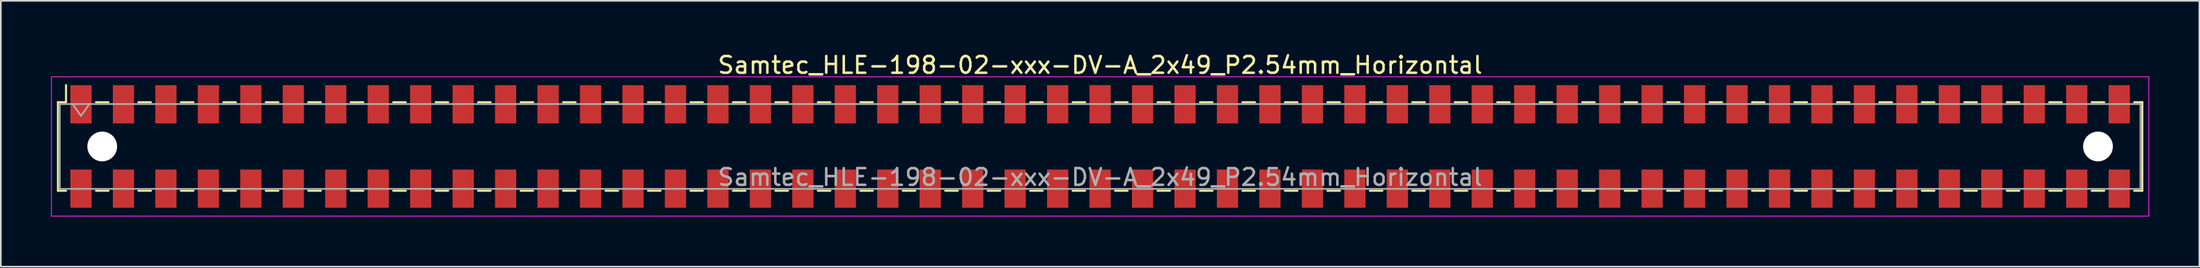
<source format=kicad_pcb>
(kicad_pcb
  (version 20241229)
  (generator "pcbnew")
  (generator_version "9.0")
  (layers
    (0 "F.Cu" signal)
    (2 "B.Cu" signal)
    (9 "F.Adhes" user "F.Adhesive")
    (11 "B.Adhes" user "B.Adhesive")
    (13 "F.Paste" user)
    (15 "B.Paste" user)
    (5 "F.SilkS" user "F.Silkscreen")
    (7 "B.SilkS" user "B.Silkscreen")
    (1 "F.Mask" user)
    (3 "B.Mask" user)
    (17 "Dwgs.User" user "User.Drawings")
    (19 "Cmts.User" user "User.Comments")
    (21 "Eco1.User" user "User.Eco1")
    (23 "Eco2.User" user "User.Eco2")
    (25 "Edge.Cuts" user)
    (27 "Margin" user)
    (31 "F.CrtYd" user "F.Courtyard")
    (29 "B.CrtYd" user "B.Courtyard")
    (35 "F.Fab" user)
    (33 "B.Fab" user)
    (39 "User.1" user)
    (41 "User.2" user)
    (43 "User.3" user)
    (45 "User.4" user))
  (footprint "Samtec_HLE-198-02-xxx-DV-A_2x49_P2.54mm_Horizontal"
    (layer "F.Cu")
    (at 62.755 5.718)
    (property "Reference" "Samtec_HLE-198-02-xxx-DV-A_2x49_P2.54mm_Horizontal" (at 0 -4.87 0) (layer "F.SilkS") (effects (font (size 1 1) (thickness 0.15))))
    (attr smd)
    (fp_line (start -62.34 -2.65) (end -62.34 2.65) (stroke (width 0.12) (type solid)) (layer "F.SilkS"))
    (fp_line (start -62.34 2.65) (end -61.855 2.65) (stroke (width 0.12) (type solid)) (layer "F.SilkS"))
    (fp_line (start -61.855 -3.67) (end -61.855 -2.65) (stroke (width 0.12) (type solid)) (layer "F.SilkS"))
    (fp_line (start -61.855 -2.65) (end -62.34 -2.65) (stroke (width 0.12) (type solid)) (layer "F.SilkS"))
    (fp_line (start -60.065 -2.65) (end -59.315 -2.65) (stroke (width 0.12) (type solid)) (layer "F.SilkS"))
    (fp_line (start -60.065 2.65) (end -59.315 2.65) (stroke (width 0.12) (type solid)) (layer "F.SilkS"))
    (fp_line (start -57.525 -2.65) (end -56.775 -2.65) (stroke (width 0.12) (type solid)) (layer "F.SilkS"))
    (fp_line (start -57.525 2.65) (end -56.775 2.65) (stroke (width 0.12) (type solid)) (layer "F.SilkS"))
    (fp_line (start -54.985 -2.65) (end -54.235 -2.65) (stroke (width 0.12) (type solid)) (layer "F.SilkS"))
    (fp_line (start -54.985 2.65) (end -54.235 2.65) (stroke (width 0.12) (type solid)) (layer "F.SilkS"))
    (fp_line (start -52.445 -2.65) (end -51.695 -2.65) (stroke (width 0.12) (type solid)) (layer "F.SilkS"))
    (fp_line (start -52.445 2.65) (end -51.695 2.65) (stroke (width 0.12) (type solid)) (layer "F.SilkS"))
    (fp_line (start -49.905 -2.65) (end -49.155 -2.65) (stroke (width 0.12) (type solid)) (layer "F.SilkS"))
    (fp_line (start -49.905 2.65) (end -49.155 2.65) (stroke (width 0.12) (type solid)) (layer "F.SilkS"))
    (fp_line (start -47.365 -2.65) (end -46.615 -2.65) (stroke (width 0.12) (type solid)) (layer "F.SilkS"))
    (fp_line (start -47.365 2.65) (end -46.615 2.65) (stroke (width 0.12) (type solid)) (layer "F.SilkS"))
    (fp_line (start -44.825 -2.65) (end -44.075 -2.65) (stroke (width 0.12) (type solid)) (layer "F.SilkS"))
    (fp_line (start -44.825 2.65) (end -44.075 2.65) (stroke (width 0.12) (type solid)) (layer "F.SilkS"))
    (fp_line (start -42.285 -2.65) (end -41.535 -2.65) (stroke (width 0.12) (type solid)) (layer "F.SilkS"))
    (fp_line (start -42.285 2.65) (end -41.535 2.65) (stroke (width 0.12) (type solid)) (layer "F.SilkS"))
    (fp_line (start -39.745 -2.65) (end -38.995 -2.65) (stroke (width 0.12) (type solid)) (layer "F.SilkS"))
    (fp_line (start -39.745 2.65) (end -38.995 2.65) (stroke (width 0.12) (type solid)) (layer "F.SilkS"))
    (fp_line (start -37.205 -2.65) (end -36.455 -2.65) (stroke (width 0.12) (type solid)) (layer "F.SilkS"))
    (fp_line (start -37.205 2.65) (end -36.455 2.65) (stroke (width 0.12) (type solid)) (layer "F.SilkS"))
    (fp_line (start -34.665 -2.65) (end -33.915 -2.65) (stroke (width 0.12) (type solid)) (layer "F.SilkS"))
    (fp_line (start -34.665 2.65) (end -33.915 2.65) (stroke (width 0.12) (type solid)) (layer "F.SilkS"))
    (fp_line (start -32.125 -2.65) (end -31.375 -2.65) (stroke (width 0.12) (type solid)) (layer "F.SilkS"))
    (fp_line (start -32.125 2.65) (end -31.375 2.65) (stroke (width 0.12) (type solid)) (layer "F.SilkS"))
    (fp_line (start -29.585 -2.65) (end -28.835 -2.65) (stroke (width 0.12) (type solid)) (layer "F.SilkS"))
    (fp_line (start -29.585 2.65) (end -28.835 2.65) (stroke (width 0.12) (type solid)) (layer "F.SilkS"))
    (fp_line (start -27.045 -2.65) (end -26.295 -2.65) (stroke (width 0.12) (type solid)) (layer "F.SilkS"))
    (fp_line (start -27.045 2.65) (end -26.295 2.65) (stroke (width 0.12) (type solid)) (layer "F.SilkS"))
    (fp_line (start -24.505 -2.65) (end -23.755 -2.65) (stroke (width 0.12) (type solid)) (layer "F.SilkS"))
    (fp_line (start -24.505 2.65) (end -23.755 2.65) (stroke (width 0.12) (type solid)) (layer "F.SilkS"))
    (fp_line (start -21.965 -2.65) (end -21.215 -2.65) (stroke (width 0.12) (type solid)) (layer "F.SilkS"))
    (fp_line (start -21.965 2.65) (end -21.215 2.65) (stroke (width 0.12) (type solid)) (layer "F.SilkS"))
    (fp_line (start -19.425 -2.65) (end -18.675 -2.65) (stroke (width 0.12) (type solid)) (layer "F.SilkS"))
    (fp_line (start -19.425 2.65) (end -18.675 2.65) (stroke (width 0.12) (type solid)) (layer "F.SilkS"))
    (fp_line (start -16.885 -2.65) (end -16.135 -2.65) (stroke (width 0.12) (type solid)) (layer "F.SilkS"))
    (fp_line (start -16.885 2.65) (end -16.135 2.65) (stroke (width 0.12) (type solid)) (layer "F.SilkS"))
    (fp_line (start -14.345 -2.65) (end -13.595 -2.65) (stroke (width 0.12) (type solid)) (layer "F.SilkS"))
    (fp_line (start -14.345 2.65) (end -13.595 2.65) (stroke (width 0.12) (type solid)) (layer "F.SilkS"))
    (fp_line (start -11.805 -2.65) (end -11.055 -2.65) (stroke (width 0.12) (type solid)) (layer "F.SilkS"))
    (fp_line (start -11.805 2.65) (end -11.055 2.65) (stroke (width 0.12) (type solid)) (layer "F.SilkS"))
    (fp_line (start -9.265 -2.65) (end -8.515 -2.65) (stroke (width 0.12) (type solid)) (layer "F.SilkS"))
    (fp_line (start -9.265 2.65) (end -8.515 2.65) (stroke (width 0.12) (type solid)) (layer "F.SilkS"))
    (fp_line (start -6.725 -2.65) (end -5.975 -2.65) (stroke (width 0.12) (type solid)) (layer "F.SilkS"))
    (fp_line (start -6.725 2.65) (end -5.975 2.65) (stroke (width 0.12) (type solid)) (layer "F.SilkS"))
    (fp_line (start -4.185 -2.65) (end -3.435 -2.65) (stroke (width 0.12) (type solid)) (layer "F.SilkS"))
    (fp_line (start -4.185 2.65) (end -3.435 2.65) (stroke (width 0.12) (type solid)) (layer "F.SilkS"))
    (fp_line (start -1.645 -2.65) (end -0.895 -2.65) (stroke (width 0.12) (type solid)) (layer "F.SilkS"))
    (fp_line (start -1.645 2.65) (end -0.895 2.65) (stroke (width 0.12) (type solid)) (layer "F.SilkS"))
    (fp_line (start 0.895 -2.65) (end 1.645 -2.65) (stroke (width 0.12) (type solid)) (layer "F.SilkS"))
    (fp_line (start 0.895 2.65) (end 1.645 2.65) (stroke (width 0.12) (type solid)) (layer "F.SilkS"))
    (fp_line (start 3.435 -2.65) (end 4.185 -2.65) (stroke (width 0.12) (type solid)) (layer "F.SilkS"))
    (fp_line (start 3.435 2.65) (end 4.185 2.65) (stroke (width 0.12) (type solid)) (layer "F.SilkS"))
    (fp_line (start 5.975 -2.65) (end 6.725 -2.65) (stroke (width 0.12) (type solid)) (layer "F.SilkS"))
    (fp_line (start 5.975 2.65) (end 6.725 2.65) (stroke (width 0.12) (type solid)) (layer "F.SilkS"))
    (fp_line (start 8.515 -2.65) (end 9.265 -2.65) (stroke (width 0.12) (type solid)) (layer "F.SilkS"))
    (fp_line (start 8.515 2.65) (end 9.265 2.65) (stroke (width 0.12) (type solid)) (layer "F.SilkS"))
    (fp_line (start 11.055 -2.65) (end 11.805 -2.65) (stroke (width 0.12) (type solid)) (layer "F.SilkS"))
    (fp_line (start 11.055 2.65) (end 11.805 2.65) (stroke (width 0.12) (type solid)) (layer "F.SilkS"))
    (fp_line (start 13.595 -2.65) (end 14.345 -2.65) (stroke (width 0.12) (type solid)) (layer "F.SilkS"))
    (fp_line (start 13.595 2.65) (end 14.345 2.65) (stroke (width 0.12) (type solid)) (layer "F.SilkS"))
    (fp_line (start 16.135 -2.65) (end 16.885 -2.65) (stroke (width 0.12) (type solid)) (layer "F.SilkS"))
    (fp_line (start 16.135 2.65) (end 16.885 2.65) (stroke (width 0.12) (type solid)) (layer "F.SilkS"))
    (fp_line (start 18.675 -2.65) (end 19.425 -2.65) (stroke (width 0.12) (type solid)) (layer "F.SilkS"))
    (fp_line (start 18.675 2.65) (end 19.425 2.65) (stroke (width 0.12) (type solid)) (layer "F.SilkS"))
    (fp_line (start 21.215 -2.65) (end 21.965 -2.65) (stroke (width 0.12) (type solid)) (layer "F.SilkS"))
    (fp_line (start 21.215 2.65) (end 21.965 2.65) (stroke (width 0.12) (type solid)) (layer "F.SilkS"))
    (fp_line (start 23.755 -2.65) (end 24.505 -2.65) (stroke (width 0.12) (type solid)) (layer "F.SilkS"))
    (fp_line (start 23.755 2.65) (end 24.505 2.65) (stroke (width 0.12) (type solid)) (layer "F.SilkS"))
    (fp_line (start 26.295 -2.65) (end 27.045 -2.65) (stroke (width 0.12) (type solid)) (layer "F.SilkS"))
    (fp_line (start 26.295 2.65) (end 27.045 2.65) (stroke (width 0.12) (type solid)) (layer "F.SilkS"))
    (fp_line (start 28.835 -2.65) (end 29.585 -2.65) (stroke (width 0.12) (type solid)) (layer "F.SilkS"))
    (fp_line (start 28.835 2.65) (end 29.585 2.65) (stroke (width 0.12) (type solid)) (layer "F.SilkS"))
    (fp_line (start 31.375 -2.65) (end 32.125 -2.65) (stroke (width 0.12) (type solid)) (layer "F.SilkS"))
    (fp_line (start 31.375 2.65) (end 32.125 2.65) (stroke (width 0.12) (type solid)) (layer "F.SilkS"))
    (fp_line (start 33.915 -2.65) (end 34.665 -2.65) (stroke (width 0.12) (type solid)) (layer "F.SilkS"))
    (fp_line (start 33.915 2.65) (end 34.665 2.65) (stroke (width 0.12) (type solid)) (layer "F.SilkS"))
    (fp_line (start 36.455 -2.65) (end 37.205 -2.65) (stroke (width 0.12) (type solid)) (layer "F.SilkS"))
    (fp_line (start 36.455 2.65) (end 37.205 2.65) (stroke (width 0.12) (type solid)) (layer "F.SilkS"))
    (fp_line (start 38.995 -2.65) (end 39.745 -2.65) (stroke (width 0.12) (type solid)) (layer "F.SilkS"))
    (fp_line (start 38.995 2.65) (end 39.745 2.65) (stroke (width 0.12) (type solid)) (layer "F.SilkS"))
    (fp_line (start 41.535 -2.65) (end 42.285 -2.65) (stroke (width 0.12) (type solid)) (layer "F.SilkS"))
    (fp_line (start 41.535 2.65) (end 42.285 2.65) (stroke (width 0.12) (type solid)) (layer "F.SilkS"))
    (fp_line (start 44.075 -2.65) (end 44.825 -2.65) (stroke (width 0.12) (type solid)) (layer "F.SilkS"))
    (fp_line (start 44.075 2.65) (end 44.825 2.65) (stroke (width 0.12) (type solid)) (layer "F.SilkS"))
    (fp_line (start 46.615 -2.65) (end 47.365 -2.65) (stroke (width 0.12) (type solid)) (layer "F.SilkS"))
    (fp_line (start 46.615 2.65) (end 47.365 2.65) (stroke (width 0.12) (type solid)) (layer "F.SilkS"))
    (fp_line (start 49.155 -2.65) (end 49.905 -2.65) (stroke (width 0.12) (type solid)) (layer "F.SilkS"))
    (fp_line (start 49.155 2.65) (end 49.905 2.65) (stroke (width 0.12) (type solid)) (layer "F.SilkS"))
    (fp_line (start 51.695 -2.65) (end 52.445 -2.65) (stroke (width 0.12) (type solid)) (layer "F.SilkS"))
    (fp_line (start 51.695 2.65) (end 52.445 2.65) (stroke (width 0.12) (type solid)) (layer "F.SilkS"))
    (fp_line (start 54.235 -2.65) (end 54.985 -2.65) (stroke (width 0.12) (type solid)) (layer "F.SilkS"))
    (fp_line (start 54.235 2.65) (end 54.985 2.65) (stroke (width 0.12) (type solid)) (layer "F.SilkS"))
    (fp_line (start 56.775 -2.65) (end 57.525 -2.65) (stroke (width 0.12) (type solid)) (layer "F.SilkS"))
    (fp_line (start 56.775 2.65) (end 57.525 2.65) (stroke (width 0.12) (type solid)) (layer "F.SilkS"))
    (fp_line (start 59.315 -2.65) (end 60.065 -2.65) (stroke (width 0.12) (type solid)) (layer "F.SilkS"))
    (fp_line (start 59.315 2.65) (end 60.065 2.65) (stroke (width 0.12) (type solid)) (layer "F.SilkS"))
    (fp_line (start 61.855 -2.65) (end 62.34 -2.65) (stroke (width 0.12) (type solid)) (layer "F.SilkS"))
    (fp_line (start 62.34 -2.65) (end 62.34 2.65) (stroke (width 0.12) (type solid)) (layer "F.SilkS"))
    (fp_line (start 62.34 2.65) (end 61.855 2.65) (stroke (width 0.12) (type solid)) (layer "F.SilkS"))
    (fp_line (start -62.73 -4.17) (end 62.73 -4.17) (stroke (width 0.05) (type solid)) (layer "F.CrtYd"))
    (fp_line (start -62.73 4.17) (end -62.73 -4.17) (stroke (width 0.05) (type solid)) (layer "F.CrtYd"))
    (fp_line (start 62.73 -4.17) (end 62.73 4.17) (stroke (width 0.05) (type solid)) (layer "F.CrtYd"))
    (fp_line (start 62.73 4.17) (end -62.73 4.17) (stroke (width 0.05) (type solid)) (layer "F.CrtYd"))
    (fp_line (start -62.23 -2.54) (end 62.23 -2.54) (stroke (width 0.1) (type solid)) (layer "F.Fab"))
    (fp_line (start -62.23 2.54) (end -62.23 -2.54) (stroke (width 0.1) (type solid)) (layer "F.Fab"))
    (fp_line (start -61.46 -2.54) (end -60.96 -1.833) (stroke (width 0.1) (type solid)) (layer "F.Fab"))
    (fp_line (start -60.96 -1.833) (end -60.46 -2.54) (stroke (width 0.1) (type solid)) (layer "F.Fab"))
    (fp_line (start 62.23 -2.54) (end 62.23 2.54) (stroke (width 0.1) (type solid)) (layer "F.Fab"))
    (fp_line (start 62.23 2.54) (end -62.23 2.54) (stroke (width 0.1) (type solid)) (layer "F.Fab"))
    (fp_text user "${REFERENCE}" (at 0 1.84 0) (layer "F.Fab") (effects (font (size 1 1) (thickness 0.15))))
    (pad "" np_thru_hole circle (at -59.69 0) (size 1.78 1.78) (drill 1.78) (layers "*.Cu" "*.Mask"))
    (pad "" np_thru_hole circle (at 59.69 0) (size 1.78 1.78) (drill 1.78) (layers "*.Cu" "*.Mask"))
    (pad "1" smd rect (at -60.96 -2.525) (size 1.27 2.29) (layers "F.Cu" "F.Mask" "F.Paste"))
    (pad "2" smd rect (at -60.96 2.525) (size 1.27 2.29) (layers "F.Cu" "F.Mask" "F.Paste"))
    (pad "3" smd rect (at -58.42 -2.525) (size 1.27 2.29) (layers "F.Cu" "F.Mask" "F.Paste"))
    (pad "4" smd rect (at -58.42 2.525) (size 1.27 2.29) (layers "F.Cu" "F.Mask" "F.Paste"))
    (pad "5" smd rect (at -55.88 -2.525) (size 1.27 2.29) (layers "F.Cu" "F.Mask" "F.Paste"))
    (pad "6" smd rect (at -55.88 2.525) (size 1.27 2.29) (layers "F.Cu" "F.Mask" "F.Paste"))
    (pad "7" smd rect (at -53.34 -2.525) (size 1.27 2.29) (layers "F.Cu" "F.Mask" "F.Paste"))
    (pad "8" smd rect (at -53.34 2.525) (size 1.27 2.29) (layers "F.Cu" "F.Mask" "F.Paste"))
    (pad "9" smd rect (at -50.8 -2.525) (size 1.27 2.29) (layers "F.Cu" "F.Mask" "F.Paste"))
    (pad "10" smd rect (at -50.8 2.525) (size 1.27 2.29) (layers "F.Cu" "F.Mask" "F.Paste"))
    (pad "11" smd rect (at -48.26 -2.525) (size 1.27 2.29) (layers "F.Cu" "F.Mask" "F.Paste"))
    (pad "12" smd rect (at -48.26 2.525) (size 1.27 2.29) (layers "F.Cu" "F.Mask" "F.Paste"))
    (pad "13" smd rect (at -45.72 -2.525) (size 1.27 2.29) (layers "F.Cu" "F.Mask" "F.Paste"))
    (pad "14" smd rect (at -45.72 2.525) (size 1.27 2.29) (layers "F.Cu" "F.Mask" "F.Paste"))
    (pad "15" smd rect (at -43.18 -2.525) (size 1.27 2.29) (layers "F.Cu" "F.Mask" "F.Paste"))
    (pad "16" smd rect (at -43.18 2.525) (size 1.27 2.29) (layers "F.Cu" "F.Mask" "F.Paste"))
    (pad "17" smd rect (at -40.64 -2.525) (size 1.27 2.29) (layers "F.Cu" "F.Mask" "F.Paste"))
    (pad "18" smd rect (at -40.64 2.525) (size 1.27 2.29) (layers "F.Cu" "F.Mask" "F.Paste"))
    (pad "19" smd rect (at -38.1 -2.525) (size 1.27 2.29) (layers "F.Cu" "F.Mask" "F.Paste"))
    (pad "20" smd rect (at -38.1 2.525) (size 1.27 2.29) (layers "F.Cu" "F.Mask" "F.Paste"))
    (pad "21" smd rect (at -35.56 -2.525) (size 1.27 2.29) (layers "F.Cu" "F.Mask" "F.Paste"))
    (pad "22" smd rect (at -35.56 2.525) (size 1.27 2.29) (layers "F.Cu" "F.Mask" "F.Paste"))
    (pad "23" smd rect (at -33.02 -2.525) (size 1.27 2.29) (layers "F.Cu" "F.Mask" "F.Paste"))
    (pad "24" smd rect (at -33.02 2.525) (size 1.27 2.29) (layers "F.Cu" "F.Mask" "F.Paste"))
    (pad "25" smd rect (at -30.48 -2.525) (size 1.27 2.29) (layers "F.Cu" "F.Mask" "F.Paste"))
    (pad "26" smd rect (at -30.48 2.525) (size 1.27 2.29) (layers "F.Cu" "F.Mask" "F.Paste"))
    (pad "27" smd rect (at -27.94 -2.525) (size 1.27 2.29) (layers "F.Cu" "F.Mask" "F.Paste"))
    (pad "28" smd rect (at -27.94 2.525) (size 1.27 2.29) (layers "F.Cu" "F.Mask" "F.Paste"))
    (pad "29" smd rect (at -25.4 -2.525) (size 1.27 2.29) (layers "F.Cu" "F.Mask" "F.Paste"))
    (pad "30" smd rect (at -25.4 2.525) (size 1.27 2.29) (layers "F.Cu" "F.Mask" "F.Paste"))
    (pad "31" smd rect (at -22.86 -2.525) (size 1.27 2.29) (layers "F.Cu" "F.Mask" "F.Paste"))
    (pad "32" smd rect (at -22.86 2.525) (size 1.27 2.29) (layers "F.Cu" "F.Mask" "F.Paste"))
    (pad "33" smd rect (at -20.32 -2.525) (size 1.27 2.29) (layers "F.Cu" "F.Mask" "F.Paste"))
    (pad "34" smd rect (at -20.32 2.525) (size 1.27 2.29) (layers "F.Cu" "F.Mask" "F.Paste"))
    (pad "35" smd rect (at -17.78 -2.525) (size 1.27 2.29) (layers "F.Cu" "F.Mask" "F.Paste"))
    (pad "36" smd rect (at -17.78 2.525) (size 1.27 2.29) (layers "F.Cu" "F.Mask" "F.Paste"))
    (pad "37" smd rect (at -15.24 -2.525) (size 1.27 2.29) (layers "F.Cu" "F.Mask" "F.Paste"))
    (pad "38" smd rect (at -15.24 2.525) (size 1.27 2.29) (layers "F.Cu" "F.Mask" "F.Paste"))
    (pad "39" smd rect (at -12.7 -2.525) (size 1.27 2.29) (layers "F.Cu" "F.Mask" "F.Paste"))
    (pad "40" smd rect (at -12.7 2.525) (size 1.27 2.29) (layers "F.Cu" "F.Mask" "F.Paste"))
    (pad "41" smd rect (at -10.16 -2.525) (size 1.27 2.29) (layers "F.Cu" "F.Mask" "F.Paste"))
    (pad "42" smd rect (at -10.16 2.525) (size 1.27 2.29) (layers "F.Cu" "F.Mask" "F.Paste"))
    (pad "43" smd rect (at -7.62 -2.525) (size 1.27 2.29) (layers "F.Cu" "F.Mask" "F.Paste"))
    (pad "44" smd rect (at -7.62 2.525) (size 1.27 2.29) (layers "F.Cu" "F.Mask" "F.Paste"))
    (pad "45" smd rect (at -5.08 -2.525) (size 1.27 2.29) (layers "F.Cu" "F.Mask" "F.Paste"))
    (pad "46" smd rect (at -5.08 2.525) (size 1.27 2.29) (layers "F.Cu" "F.Mask" "F.Paste"))
    (pad "47" smd rect (at -2.54 -2.525) (size 1.27 2.29) (layers "F.Cu" "F.Mask" "F.Paste"))
    (pad "48" smd rect (at -2.54 2.525) (size 1.27 2.29) (layers "F.Cu" "F.Mask" "F.Paste"))
    (pad "49" smd rect (at 0 -2.525) (size 1.27 2.29) (layers "F.Cu" "F.Mask" "F.Paste"))
    (pad "50" smd rect (at 0 2.525) (size 1.27 2.29) (layers "F.Cu" "F.Mask" "F.Paste"))
    (pad "51" smd rect (at 2.54 -2.525) (size 1.27 2.29) (layers "F.Cu" "F.Mask" "F.Paste"))
    (pad "52" smd rect (at 2.54 2.525) (size 1.27 2.29) (layers "F.Cu" "F.Mask" "F.Paste"))
    (pad "53" smd rect (at 5.08 -2.525) (size 1.27 2.29) (layers "F.Cu" "F.Mask" "F.Paste"))
    (pad "54" smd rect (at 5.08 2.525) (size 1.27 2.29) (layers "F.Cu" "F.Mask" "F.Paste"))
    (pad "55" smd rect (at 7.62 -2.525) (size 1.27 2.29) (layers "F.Cu" "F.Mask" "F.Paste"))
    (pad "56" smd rect (at 7.62 2.525) (size 1.27 2.29) (layers "F.Cu" "F.Mask" "F.Paste"))
    (pad "57" smd rect (at 10.16 -2.525) (size 1.27 2.29) (layers "F.Cu" "F.Mask" "F.Paste"))
    (pad "58" smd rect (at 10.16 2.525) (size 1.27 2.29) (layers "F.Cu" "F.Mask" "F.Paste"))
    (pad "59" smd rect (at 12.7 -2.525) (size 1.27 2.29) (layers "F.Cu" "F.Mask" "F.Paste"))
    (pad "60" smd rect (at 12.7 2.525) (size 1.27 2.29) (layers "F.Cu" "F.Mask" "F.Paste"))
    (pad "61" smd rect (at 15.24 -2.525) (size 1.27 2.29) (layers "F.Cu" "F.Mask" "F.Paste"))
    (pad "62" smd rect (at 15.24 2.525) (size 1.27 2.29) (layers "F.Cu" "F.Mask" "F.Paste"))
    (pad "63" smd rect (at 17.78 -2.525) (size 1.27 2.29) (layers "F.Cu" "F.Mask" "F.Paste"))
    (pad "64" smd rect (at 17.78 2.525) (size 1.27 2.29) (layers "F.Cu" "F.Mask" "F.Paste"))
    (pad "65" smd rect (at 20.32 -2.525) (size 1.27 2.29) (layers "F.Cu" "F.Mask" "F.Paste"))
    (pad "66" smd rect (at 20.32 2.525) (size 1.27 2.29) (layers "F.Cu" "F.Mask" "F.Paste"))
    (pad "67" smd rect (at 22.86 -2.525) (size 1.27 2.29) (layers "F.Cu" "F.Mask" "F.Paste"))
    (pad "68" smd rect (at 22.86 2.525) (size 1.27 2.29) (layers "F.Cu" "F.Mask" "F.Paste"))
    (pad "69" smd rect (at 25.4 -2.525) (size 1.27 2.29) (layers "F.Cu" "F.Mask" "F.Paste"))
    (pad "70" smd rect (at 25.4 2.525) (size 1.27 2.29) (layers "F.Cu" "F.Mask" "F.Paste"))
    (pad "71" smd rect (at 27.94 -2.525) (size 1.27 2.29) (layers "F.Cu" "F.Mask" "F.Paste"))
    (pad "72" smd rect (at 27.94 2.525) (size 1.27 2.29) (layers "F.Cu" "F.Mask" "F.Paste"))
    (pad "73" smd rect (at 30.48 -2.525) (size 1.27 2.29) (layers "F.Cu" "F.Mask" "F.Paste"))
    (pad "74" smd rect (at 30.48 2.525) (size 1.27 2.29) (layers "F.Cu" "F.Mask" "F.Paste"))
    (pad "75" smd rect (at 33.02 -2.525) (size 1.27 2.29) (layers "F.Cu" "F.Mask" "F.Paste"))
    (pad "76" smd rect (at 33.02 2.525) (size 1.27 2.29) (layers "F.Cu" "F.Mask" "F.Paste"))
    (pad "77" smd rect (at 35.56 -2.525) (size 1.27 2.29) (layers "F.Cu" "F.Mask" "F.Paste"))
    (pad "78" smd rect (at 35.56 2.525) (size 1.27 2.29) (layers "F.Cu" "F.Mask" "F.Paste"))
    (pad "79" smd rect (at 38.1 -2.525) (size 1.27 2.29) (layers "F.Cu" "F.Mask" "F.Paste"))
    (pad "80" smd rect (at 38.1 2.525) (size 1.27 2.29) (layers "F.Cu" "F.Mask" "F.Paste"))
    (pad "81" smd rect (at 40.64 -2.525) (size 1.27 2.29) (layers "F.Cu" "F.Mask" "F.Paste"))
    (pad "82" smd rect (at 40.64 2.525) (size 1.27 2.29) (layers "F.Cu" "F.Mask" "F.Paste"))
    (pad "83" smd rect (at 43.18 -2.525) (size 1.27 2.29) (layers "F.Cu" "F.Mask" "F.Paste"))
    (pad "84" smd rect (at 43.18 2.525) (size 1.27 2.29) (layers "F.Cu" "F.Mask" "F.Paste"))
    (pad "85" smd rect (at 45.72 -2.525) (size 1.27 2.29) (layers "F.Cu" "F.Mask" "F.Paste"))
    (pad "86" smd rect (at 45.72 2.525) (size 1.27 2.29) (layers "F.Cu" "F.Mask" "F.Paste"))
    (pad "87" smd rect (at 48.26 -2.525) (size 1.27 2.29) (layers "F.Cu" "F.Mask" "F.Paste"))
    (pad "88" smd rect (at 48.26 2.525) (size 1.27 2.29) (layers "F.Cu" "F.Mask" "F.Paste"))
    (pad "89" smd rect (at 50.8 -2.525) (size 1.27 2.29) (layers "F.Cu" "F.Mask" "F.Paste"))
    (pad "90" smd rect (at 50.8 2.525) (size 1.27 2.29) (layers "F.Cu" "F.Mask" "F.Paste"))
    (pad "91" smd rect (at 53.34 -2.525) (size 1.27 2.29) (layers "F.Cu" "F.Mask" "F.Paste"))
    (pad "92" smd rect (at 53.34 2.525) (size 1.27 2.29) (layers "F.Cu" "F.Mask" "F.Paste"))
    (pad "93" smd rect (at 55.88 -2.525) (size 1.27 2.29) (layers "F.Cu" "F.Mask" "F.Paste"))
    (pad "94" smd rect (at 55.88 2.525) (size 1.27 2.29) (layers "F.Cu" "F.Mask" "F.Paste"))
    (pad "95" smd rect (at 58.42 -2.525) (size 1.27 2.29) (layers "F.Cu" "F.Mask" "F.Paste"))
    (pad "96" smd rect (at 58.42 2.525) (size 1.27 2.29) (layers "F.Cu" "F.Mask" "F.Paste"))
    (pad "97" smd rect (at 60.96 -2.525) (size 1.27 2.29) (layers "F.Cu" "F.Mask" "F.Paste"))
    (pad "98" smd rect (at 60.96 2.525) (size 1.27 2.29) (layers "F.Cu" "F.Mask" "F.Paste")))
  (gr_rect
    (start -3 -3)
    (end 128.51 12.913)
    (stroke (width 0.1) (type default))
    (fill no)
    (layer "Edge.Cuts")))
</source>
